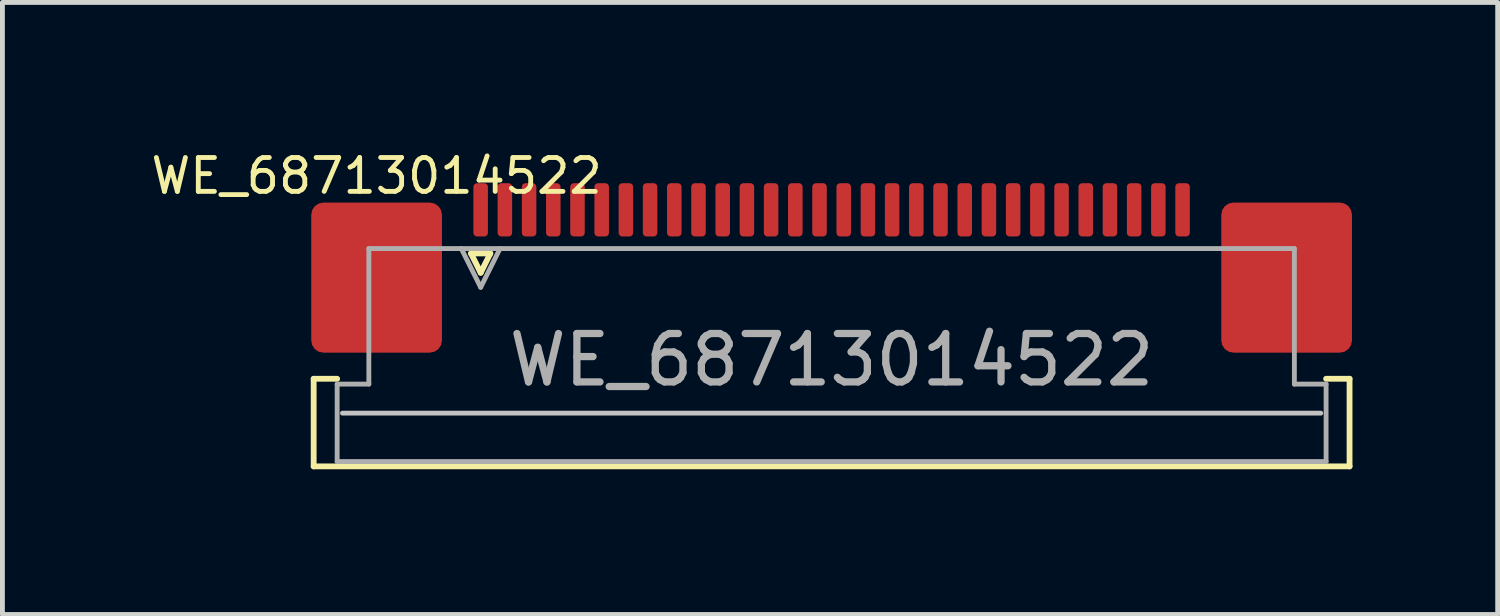
<source format=kicad_pcb>
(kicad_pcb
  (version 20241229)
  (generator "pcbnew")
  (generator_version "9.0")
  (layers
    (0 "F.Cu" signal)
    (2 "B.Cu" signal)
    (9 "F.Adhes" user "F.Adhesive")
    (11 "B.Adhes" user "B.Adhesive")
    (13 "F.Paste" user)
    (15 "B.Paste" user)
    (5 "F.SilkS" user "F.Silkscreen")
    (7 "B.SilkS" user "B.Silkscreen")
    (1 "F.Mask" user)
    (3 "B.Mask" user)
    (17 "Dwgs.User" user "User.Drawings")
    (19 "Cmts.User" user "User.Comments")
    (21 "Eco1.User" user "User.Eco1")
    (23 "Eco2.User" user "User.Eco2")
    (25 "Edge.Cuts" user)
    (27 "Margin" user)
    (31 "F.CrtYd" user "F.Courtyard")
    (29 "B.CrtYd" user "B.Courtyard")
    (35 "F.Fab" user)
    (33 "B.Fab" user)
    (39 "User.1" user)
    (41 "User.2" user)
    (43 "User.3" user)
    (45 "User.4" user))
  (footprint "WE_68713014522"
    (layer "F.Cu")
    (at 14.13 3.085)
    (property "Reference" "WE_68713014522" (at -9.4 -2.5 0) (unlocked yes) (layer "F.SilkS") (effects (font (size 0.7 0.7) (thickness 0.1))))
    (attr smd)
    (fp_line (start -10.7 1.69) (end -10.7 3.5) (stroke (width 0.12) (type solid)) (layer "F.SilkS"))
    (fp_line (start -10.7 3.5) (end 10.7 3.5) (stroke (width 0.12) (type default)) (layer "F.SilkS"))
    (fp_line (start -10.215 1.69) (end -10.7 1.69) (stroke (width 0.12) (type solid)) (layer "F.SilkS"))
    (fp_line (start -7.45 -0.9) (end -7.25 -0.5) (stroke (width 0.12) (type solid)) (layer "F.SilkS"))
    (fp_line (start -7.25 -0.5) (end -7.05 -0.9) (stroke (width 0.12) (type solid)) (layer "F.SilkS"))
    (fp_line (start -7.05 -0.9) (end -7.45 -0.9) (stroke (width 0.12) (type solid)) (layer "F.SilkS"))
    (fp_line (start 10.215 1.69) (end 10.7 1.69) (stroke (width 0.12) (type solid)) (layer "F.SilkS"))
    (fp_line (start 10.7 1.69) (end 10.7 3.5) (stroke (width 0.12) (type solid)) (layer "F.SilkS"))
    (fp_line (start 10.105 2.4) (end -10.105 2.4) (stroke (width 0.1) (type solid)) (layer "Dwgs.User"))
    (fp_line (start -10.215 1.8) (end -9.56 1.8) (stroke (width 0.1) (type solid)) (layer "F.Fab"))
    (fp_line (start -10.215 3.4) (end -10.215 1.8) (stroke (width 0.1) (type solid)) (layer "F.Fab"))
    (fp_line (start -9.56 -1) (end 9.56 -1) (stroke (width 0.1) (type solid)) (layer "F.Fab"))
    (fp_line (start -9.56 1.8) (end -9.56 -1) (stroke (width 0.1) (type solid)) (layer "F.Fab"))
    (fp_line (start -7.65 -1) (end -7.25 -0.2) (stroke (width 0.1) (type solid)) (layer "F.Fab"))
    (fp_line (start -7.25 -0.2) (end -6.85 -1) (stroke (width 0.1) (type solid)) (layer "F.Fab"))
    (fp_line (start 9.56 -1) (end 9.56 1.8) (stroke (width 0.1) (type solid)) (layer "F.Fab"))
    (fp_line (start 9.56 1.8) (end 10.215 1.8) (stroke (width 0.1) (type solid)) (layer "F.Fab"))
    (fp_line (start 10.215 1.8) (end 10.215 3.4) (stroke (width 0.1) (type solid)) (layer "F.Fab"))
    (fp_line (start 10.215 3.4) (end -10.215 3.4) (stroke (width 0.1) (type solid)) (layer "F.Fab"))
    (fp_text user "${REFERENCE}" (at 0 1.3 0) (unlocked yes) (layer "F.Fab") (effects (font (size 1 1) (thickness 0.15))))
    (pad "1" smd roundrect (at -7.25 -1.8) (size 0.3 1.1) (layers "F.Cu" "F.Mask" "F.Paste") (roundrect_rratio 0.25))
    (pad "2" smd roundrect (at -6.75 -1.8) (size 0.3 1.1) (layers "F.Cu" "F.Mask" "F.Paste") (roundrect_rratio 0.25))
    (pad "3" smd roundrect (at -6.25 -1.8) (size 0.3 1.1) (layers "F.Cu" "F.Mask" "F.Paste") (roundrect_rratio 0.25))
    (pad "4" smd roundrect (at -5.75 -1.8) (size 0.3 1.1) (layers "F.Cu" "F.Mask" "F.Paste") (roundrect_rratio 0.25))
    (pad "5" smd roundrect (at -5.25 -1.8) (size 0.3 1.1) (layers "F.Cu" "F.Mask" "F.Paste") (roundrect_rratio 0.25))
    (pad "6" smd roundrect (at -4.75 -1.8) (size 0.3 1.1) (layers "F.Cu" "F.Mask" "F.Paste") (roundrect_rratio 0.25))
    (pad "7" smd roundrect (at -4.25 -1.8) (size 0.3 1.1) (layers "F.Cu" "F.Mask" "F.Paste") (roundrect_rratio 0.25))
    (pad "8" smd roundrect (at -3.75 -1.8) (size 0.3 1.1) (layers "F.Cu" "F.Mask" "F.Paste") (roundrect_rratio 0.25))
    (pad "9" smd roundrect (at -3.25 -1.8) (size 0.3 1.1) (layers "F.Cu" "F.Mask" "F.Paste") (roundrect_rratio 0.25))
    (pad "10" smd roundrect (at -2.75 -1.8) (size 0.3 1.1) (layers "F.Cu" "F.Mask" "F.Paste") (roundrect_rratio 0.25))
    (pad "11" smd roundrect (at -2.25 -1.8) (size 0.3 1.1) (layers "F.Cu" "F.Mask" "F.Paste") (roundrect_rratio 0.25))
    (pad "12" smd roundrect (at -1.75 -1.8) (size 0.3 1.1) (layers "F.Cu" "F.Mask" "F.Paste") (roundrect_rratio 0.25))
    (pad "13" smd roundrect (at -1.25 -1.8) (size 0.3 1.1) (layers "F.Cu" "F.Mask" "F.Paste") (roundrect_rratio 0.25))
    (pad "14" smd roundrect (at -0.75 -1.8) (size 0.3 1.1) (layers "F.Cu" "F.Mask" "F.Paste") (roundrect_rratio 0.25))
    (pad "15" smd roundrect (at -0.25 -1.8) (size 0.3 1.1) (layers "F.Cu" "F.Mask" "F.Paste") (roundrect_rratio 0.25))
    (pad "16" smd roundrect (at 0.25 -1.8) (size 0.3 1.1) (layers "F.Cu" "F.Mask" "F.Paste") (roundrect_rratio 0.25))
    (pad "17" smd roundrect (at 0.75 -1.8) (size 0.3 1.1) (layers "F.Cu" "F.Mask" "F.Paste") (roundrect_rratio 0.25))
    (pad "18" smd roundrect (at 1.25 -1.8) (size 0.3 1.1) (layers "F.Cu" "F.Mask" "F.Paste") (roundrect_rratio 0.25))
    (pad "19" smd roundrect (at 1.75 -1.8) (size 0.3 1.1) (layers "F.Cu" "F.Mask" "F.Paste") (roundrect_rratio 0.25))
    (pad "20" smd roundrect (at 2.25 -1.8) (size 0.3 1.1) (layers "F.Cu" "F.Mask" "F.Paste") (roundrect_rratio 0.25))
    (pad "21" smd roundrect (at 2.75 -1.8) (size 0.3 1.1) (layers "F.Cu" "F.Mask" "F.Paste") (roundrect_rratio 0.25))
    (pad "22" smd roundrect (at 3.25 -1.8) (size 0.3 1.1) (layers "F.Cu" "F.Mask" "F.Paste") (roundrect_rratio 0.25))
    (pad "23" smd roundrect (at 3.75 -1.8) (size 0.3 1.1) (layers "F.Cu" "F.Mask" "F.Paste") (roundrect_rratio 0.25))
    (pad "24" smd roundrect (at 4.25 -1.8) (size 0.3 1.1) (layers "F.Cu" "F.Mask" "F.Paste") (roundrect_rratio 0.25))
    (pad "25" smd roundrect (at 4.75 -1.8) (size 0.3 1.1) (layers "F.Cu" "F.Mask" "F.Paste") (roundrect_rratio 0.25))
    (pad "26" smd roundrect (at 5.25 -1.8) (size 0.3 1.1) (layers "F.Cu" "F.Mask" "F.Paste") (roundrect_rratio 0.25))
    (pad "27" smd roundrect (at 5.75 -1.8) (size 0.3 1.1) (layers "F.Cu" "F.Mask" "F.Paste") (roundrect_rratio 0.25))
    (pad "28" smd roundrect (at 6.25 -1.8) (size 0.3 1.1) (layers "F.Cu" "F.Mask" "F.Paste") (roundrect_rratio 0.25))
    (pad "29" smd roundrect (at 6.75 -1.8) (size 0.3 1.1) (layers "F.Cu" "F.Mask" "F.Paste") (roundrect_rratio 0.25))
    (pad "30" smd roundrect (at 7.25 -1.8) (size 0.3 1.1) (layers "F.Cu" "F.Mask" "F.Paste") (roundrect_rratio 0.25))
    (pad "MP" smd roundrect (at -9.4 -0.4) (size 2.7 3.1) (layers "F.Cu" "F.Mask" "F.Paste") (roundrect_rratio 0.093))
    (pad "MP" smd roundrect (at 9.4 -0.4) (size 2.7 3.1) (layers "F.Cu" "F.Mask" "F.Paste") (roundrect_rratio 0.093)))
  (gr_rect
    (start -3 -3)
    (end 27.89 9.645)
    (stroke (width 0.1) (type default))
    (fill no)
    (layer "Edge.Cuts")))
</source>
